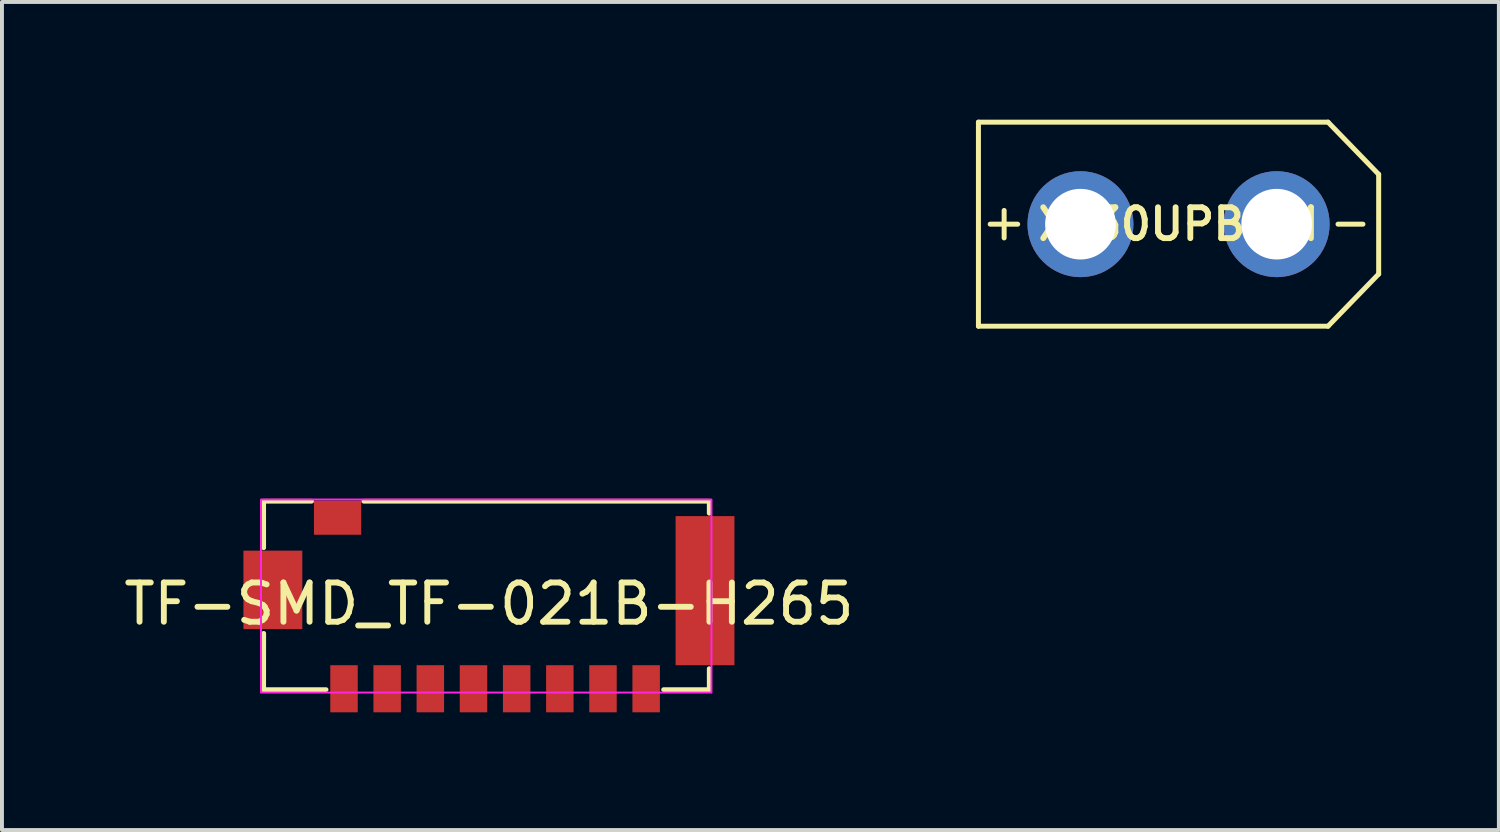
<source format=kicad_pcb>
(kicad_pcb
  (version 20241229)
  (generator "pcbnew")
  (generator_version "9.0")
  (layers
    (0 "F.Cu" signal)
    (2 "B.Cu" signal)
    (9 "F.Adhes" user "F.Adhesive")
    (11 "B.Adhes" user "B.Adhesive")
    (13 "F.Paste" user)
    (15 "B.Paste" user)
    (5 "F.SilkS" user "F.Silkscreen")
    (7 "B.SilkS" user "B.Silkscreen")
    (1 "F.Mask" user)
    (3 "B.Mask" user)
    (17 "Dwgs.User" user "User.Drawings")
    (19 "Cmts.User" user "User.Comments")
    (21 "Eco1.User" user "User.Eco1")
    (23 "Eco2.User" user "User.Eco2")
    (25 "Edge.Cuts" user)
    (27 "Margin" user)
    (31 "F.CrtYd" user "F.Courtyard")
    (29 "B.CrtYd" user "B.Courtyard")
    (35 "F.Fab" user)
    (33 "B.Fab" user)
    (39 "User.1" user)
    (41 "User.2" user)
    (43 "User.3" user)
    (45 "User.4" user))
  (footprint "XT30UPB-M"
    (layer "F.Cu")
    (at 26.985 2.663)
    (property "Reference" "XT30UPB-M" (at 0 0 0) (layer "F.SilkS") (effects (font (size 0.787 0.787) (thickness 0.15))))
    (attr through_hole)
    (fp_line (start -5.1 -2.6) (end -5.1 2.6) (stroke (width 0.127) (type solid)) (layer "F.SilkS"))
    (fp_line (start -5.1 2.6) (end 3.81 2.6) (stroke (width 0.127) (type solid)) (layer "F.SilkS"))
    (fp_line (start -4.8 0) (end -4.1 0) (stroke (width 0.127) (type solid)) (layer "F.SilkS"))
    (fp_line (start -4.445 -0.35) (end -4.445 0.35) (stroke (width 0.127) (type solid)) (layer "F.SilkS"))
    (fp_line (start 3.81 -2.6) (end -5.1 -2.6) (stroke (width 0.127) (type solid)) (layer "F.SilkS"))
    (fp_line (start 3.81 2.6) (end 5.1 1.27) (stroke (width 0.127) (type solid)) (layer "F.SilkS"))
    (fp_line (start 4.064 0) (end 4.699 0) (stroke (width 0.127) (type solid)) (layer "F.SilkS"))
    (fp_line (start 5.1 -1.27) (end 3.81 -2.6) (stroke (width 0.127) (type solid)) (layer "F.SilkS"))
    (fp_line (start 5.1 1.27) (end 5.1 -1.27) (stroke (width 0.127) (type solid)) (layer "F.SilkS"))
    (pad "P$1" thru_hole circle (at -2.5 0) (size 2.7 2.7) (drill 1.8) (layers "*.Cu" "*.Mask"))
    (pad "P$2" thru_hole circle (at 2.5 0) (size 2.7 2.7) (drill 1.8) (layers "*.Cu" "*.Mask")))
  (footprint "TF-SMD_TF-021B-H265"
    (layer "F.Cu")
    (at 9.797 11.583)
    (property "Reference" "TF-SMD_TF-021B-H265" (at -0.386 0.757 180) (layer "F.SilkS") (effects (font (size 1 1) (thickness 0.15))))
    (attr smd)
    (fp_line (start -6.127 -1.859) (end -6.127 -0.673) (stroke (width 0.12) (type solid)) (layer "F.SilkS"))
    (fp_line (start -6.126 1.507) (end -6.127 2.942) (stroke (width 0.12) (type solid)) (layer "F.SilkS"))
    (fp_line (start -4.906 -1.859) (end -6.127 -1.859) (stroke (width 0.12) (type solid)) (layer "F.SilkS"))
    (fp_line (start -4.536 2.942) (end -6.127 2.942) (stroke (width 0.12) (type solid)) (layer "F.SilkS"))
    (fp_line (start 4.064 2.942) (end 5.227 2.942) (stroke (width 0.12) (type solid)) (layer "F.SilkS"))
    (fp_line (start 5.227 -1.859) (end -3.576 -1.859) (stroke (width 0.12) (type solid)) (layer "F.SilkS"))
    (fp_line (start 5.227 -1.553) (end 5.227 -1.859) (stroke (width 0.12) (type solid)) (layer "F.SilkS"))
    (fp_line (start 5.227 2.942) (end 5.227 2.407) (stroke (width 0.12) (type solid)) (layer "F.SilkS"))
    (fp_rect (start 5.284 3.017) (end -6.196 -1.903) (stroke (width 0.05) (type solid)) (fill no) (layer "F.CrtYd"))
    (fp_line (start -5.576 -11.523) (end 4.596 -11.523) (stroke (width 0.12) (type solid)) (layer "User.1"))
    (fp_line (start -5.576 -1.923) (end -5.576 -11.523) (stroke (width 0.12) (type solid)) (layer "User.1"))
    (fp_line (start 4.596 -1.923) (end 4.596 -11.523) (stroke (width 0.12) (type solid)) (layer "User.1"))
    (pad "1" smd rect (at -4.08 2.92 270) (size 1.2 0.7) (layers "F.Cu" "F.Mask" "F.Paste"))
    (pad "2" smd rect (at -2.98 2.92 270) (size 1.2 0.7) (layers "F.Cu" "F.Mask" "F.Paste"))
    (pad "3" smd rect (at -1.88 2.92 270) (size 1.2 0.7) (layers "F.Cu" "F.Mask" "F.Paste"))
    (pad "4" smd rect (at -0.78 2.92 270) (size 1.2 0.7) (layers "F.Cu" "F.Mask" "F.Paste"))
    (pad "5" smd rect (at 0.32 2.92 270) (size 1.2 0.7) (layers "F.Cu" "F.Mask" "F.Paste"))
    (pad "6" smd rect (at 1.42 2.92 270) (size 1.2 0.7) (layers "F.Cu" "F.Mask" "F.Paste"))
    (pad "7" smd rect (at 2.52 2.92 270) (size 1.2 0.7) (layers "F.Cu" "F.Mask" "F.Paste"))
    (pad "8" smd rect (at 3.62 2.92 270) (size 1.2 0.7) (layers "F.Cu" "F.Mask" "F.Paste"))
    (pad "9" smd rect (at -5.893 0.4 90) (size 2 1.5) (layers "F.Cu" "F.Mask" "F.Paste"))
    (pad "9" smd rect (at -4.244 -1.439 180) (size 1.204 0.868) (layers "F.Cu" "F.Mask" "F.Paste"))
    (pad "9" smd rect (at 5.12 0.42 90) (size 3.8 1.5) (layers "F.Cu" "F.Mask" "F.Paste"))
    (zone (net_name "") (layer "F.Cu") (hatch edge 0.508) (connect_pads) (min_thickness 0.254) (filled_areas_thickness no) (keepout (tracks allowed) (vias allowed) (pads allowed) (copperpour allowed) (footprints not_allowed)) (placement (enabled no)) (fill) (polygon (pts (xy 3.601 9.73) (xy 15.051 9.75) (xy 15.051 14.55) (xy 3.601 14.58)))))
  (gr_rect
    (start -3 -3)
    (end 35.148 18.103)
    (stroke (width 0.1) (type default))
    (fill no)
    (layer "Edge.Cuts")))
</source>
